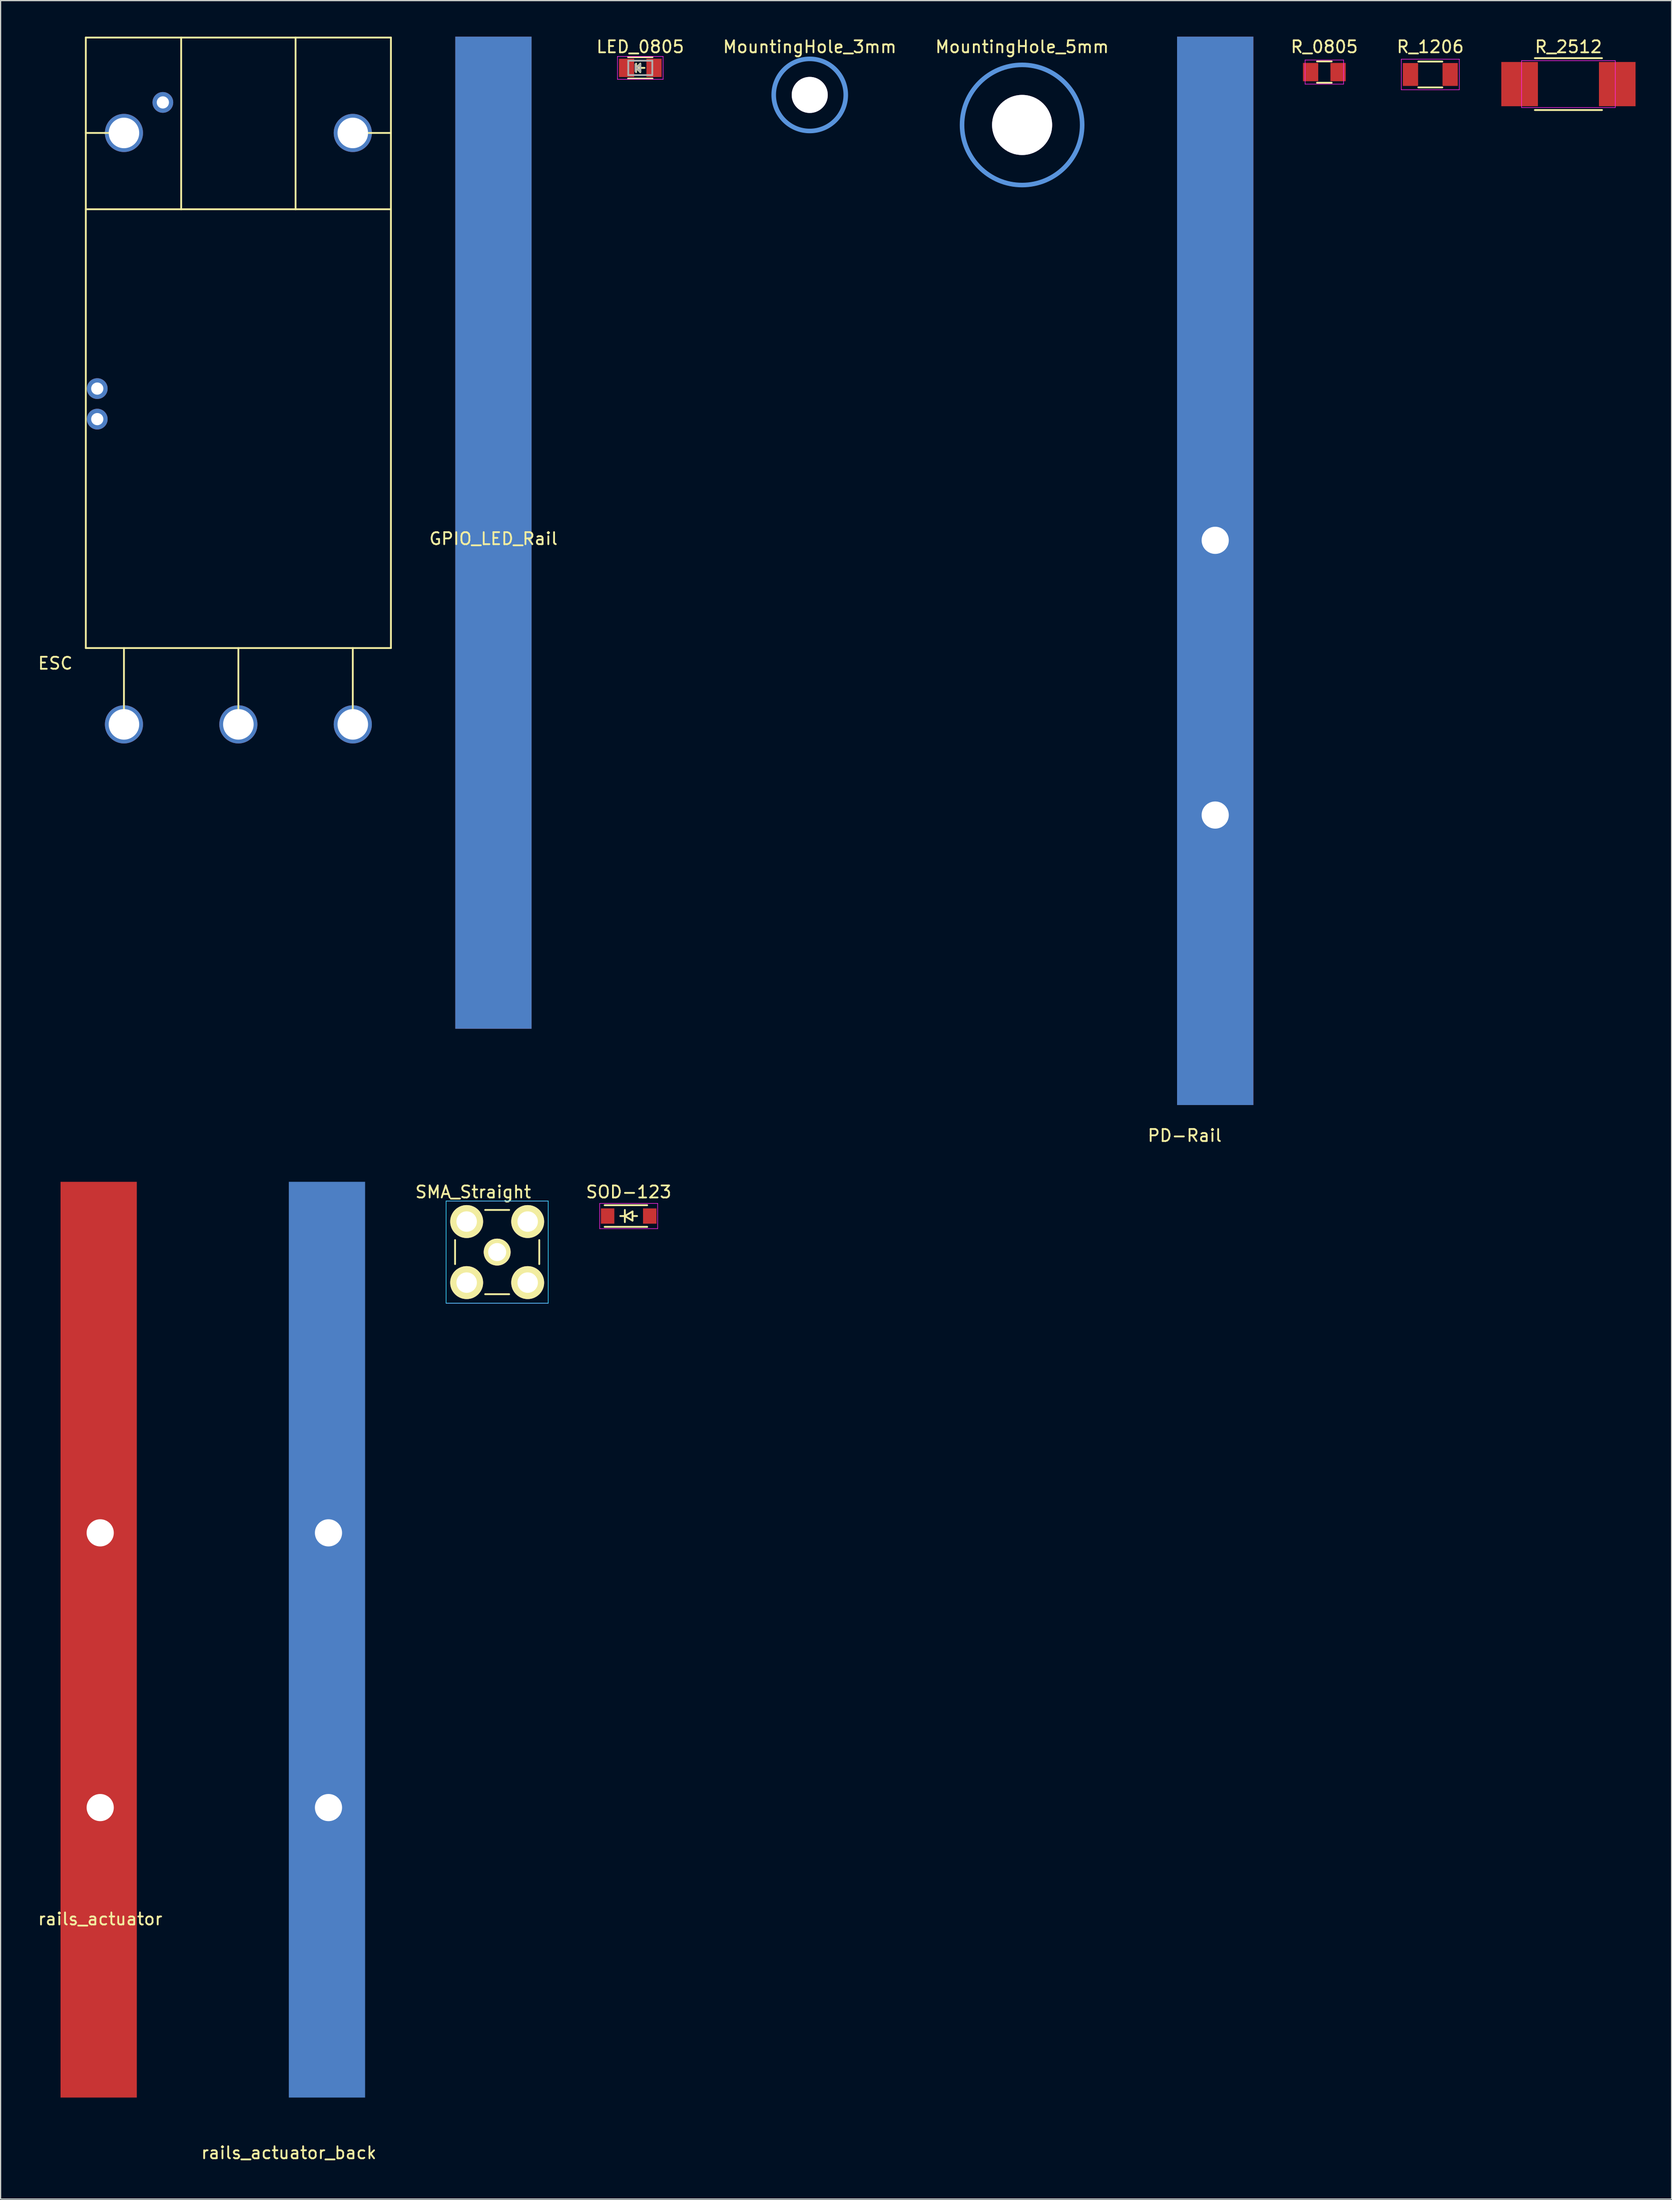
<source format=kicad_pcb>
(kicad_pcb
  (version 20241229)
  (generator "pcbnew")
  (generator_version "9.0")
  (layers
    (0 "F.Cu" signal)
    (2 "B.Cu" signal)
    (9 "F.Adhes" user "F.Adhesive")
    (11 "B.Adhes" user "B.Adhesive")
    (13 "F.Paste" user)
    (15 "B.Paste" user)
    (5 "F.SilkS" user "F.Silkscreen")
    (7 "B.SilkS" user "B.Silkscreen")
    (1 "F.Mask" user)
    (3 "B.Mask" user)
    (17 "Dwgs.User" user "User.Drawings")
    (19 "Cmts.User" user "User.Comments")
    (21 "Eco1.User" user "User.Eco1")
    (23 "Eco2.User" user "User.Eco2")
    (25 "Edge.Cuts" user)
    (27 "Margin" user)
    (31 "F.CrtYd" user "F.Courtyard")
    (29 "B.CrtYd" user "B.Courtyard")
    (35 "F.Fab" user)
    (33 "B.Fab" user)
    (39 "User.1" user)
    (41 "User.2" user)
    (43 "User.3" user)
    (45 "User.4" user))
  (footprint "ESC"
    (layer "F.Cu")
    (at 4.094 50.875)
    (property "Reference" "ESC" (at -2.54 1.27 0) (layer "F.SilkS") (effects (font (size 1 1) (thickness 0.15))))
    (attr through_hole)
    (fp_line (start 0 -50.8) (end 0 0) (stroke (width 0.15) (type solid)) (layer "F.SilkS"))
    (fp_line (start 0 -42.862) (end 1.587 -42.862) (stroke (width 0.15) (type solid)) (layer "F.SilkS"))
    (fp_line (start 0 -36.513) (end 25.4 -36.513) (stroke (width 0.15) (type solid)) (layer "F.SilkS"))
    (fp_line (start 0 0) (end 25.4 0) (stroke (width 0.15) (type solid)) (layer "F.SilkS"))
    (fp_line (start 1.587 -42.862) (end 3.175 -42.862) (stroke (width 0.15) (type solid)) (layer "F.SilkS"))
    (fp_line (start 3.175 6.35) (end 3.175 0) (stroke (width 0.15) (type solid)) (layer "F.SilkS"))
    (fp_line (start 7.938 -36.513) (end 7.938 -50.8) (stroke (width 0.15) (type solid)) (layer "F.SilkS"))
    (fp_line (start 12.7 6.35) (end 12.7 0) (stroke (width 0.15) (type solid)) (layer "F.SilkS"))
    (fp_line (start 17.462 -36.513) (end 17.462 -50.8) (stroke (width 0.15) (type solid)) (layer "F.SilkS"))
    (fp_line (start 22.225 6.35) (end 22.225 0) (stroke (width 0.15) (type solid)) (layer "F.SilkS"))
    (fp_line (start 23.812 -42.862) (end 22.225 -42.862) (stroke (width 0.15) (type solid)) (layer "F.SilkS"))
    (fp_line (start 25.4 -50.8) (end 0 -50.8) (stroke (width 0.15) (type solid)) (layer "F.SilkS"))
    (fp_line (start 25.4 -42.862) (end 23.812 -42.862) (stroke (width 0.15) (type solid)) (layer "F.SilkS"))
    (fp_line (start 25.4 0) (end 25.4 -50.8) (stroke (width 0.15) (type solid)) (layer "F.SilkS"))
    (pad "1" thru_hole circle (at 6.413 -45.403) (size 1.727 1.727) (drill 1.016) (layers "*.Cu" "*.Mask"))
    (pad "2" thru_hole circle (at 0.953 -19.05) (size 1.727 1.727) (drill 1.016) (layers "*.Cu" "*.Mask"))
    (pad "3" thru_hole circle (at 0.953 -21.59) (size 1.727 1.727) (drill 1.016) (layers "*.Cu" "*.Mask"))
    (pad "4" thru_hole circle (at 22.225 -42.862) (size 3.175 3.175) (drill 2.54) (layers "*.Cu" "*.Mask"))
    (pad "5" thru_hole circle (at 3.175 -42.862) (size 3.175 3.175) (drill 2.54) (layers "*.Cu" "*.Mask"))
    (pad "6" thru_hole circle (at 3.175 6.35) (size 3.175 3.175) (drill 2.54) (layers "*.Cu" "*.Mask"))
    (pad "7" thru_hole circle (at 22.225 6.35) (size 3.175 3.175) (drill 2.54) (layers "*.Cu" "*.Mask"))
    (pad "8" thru_hole circle (at 12.7 6.35) (size 3.175 3.175) (drill 2.54) (layers "*.Cu" "*.Mask")))
  (footprint "LED_0805"
    (layer "F.Cu")
    (at 50.253 2.598)
    (property "Reference" "LED_0805" (at 0 -1.75 0) (layer "F.SilkS") (effects (font (size 1 1) (thickness 0.15))))
    (attr smd)
    (fp_line (start -1.016 -0.889) (end 1.016 -0.889) (stroke (width 0.15) (type solid)) (layer "F.SilkS"))
    (fp_line (start -1.016 0.889) (end 1.016 0.889) (stroke (width 0.15) (type solid)) (layer "F.SilkS"))
    (fp_line (start -0.35 -0.35) (end -0.35 0.35) (stroke (width 0.15) (type solid)) (layer "F.SilkS"))
    (fp_line (start -0.35 0) (end 0 -0.35) (stroke (width 0.15) (type solid)) (layer "F.SilkS"))
    (fp_line (start -0.1 -0.1) (end -0.25 0.05) (stroke (width 0.15) (type solid)) (layer "F.SilkS"))
    (fp_line (start -0.1 0.15) (end -0.1 -0.1) (stroke (width 0.15) (type solid)) (layer "F.SilkS"))
    (fp_line (start 0 -0.35) (end 0 0.35) (stroke (width 0.15) (type solid)) (layer "F.SilkS"))
    (fp_line (start 0 0) (end 0.35 0) (stroke (width 0.15) (type solid)) (layer "F.SilkS"))
    (fp_line (start 0 0.35) (end -0.35 0) (stroke (width 0.15) (type solid)) (layer "F.SilkS"))
    (fp_line (start -1.9 -0.95) (end 1.9 -0.95) (stroke (width 0.05) (type solid)) (layer "F.CrtYd"))
    (fp_line (start -1.9 0.95) (end -1.9 -0.95) (stroke (width 0.05) (type solid)) (layer "F.CrtYd"))
    (fp_line (start 1.9 -0.95) (end 1.9 0.95) (stroke (width 0.05) (type solid)) (layer "F.CrtYd"))
    (fp_line (start 1.9 0.95) (end -1.9 0.95) (stroke (width 0.05) (type solid)) (layer "F.CrtYd"))
    (fp_line (start -1 -0.6) (end -1 0.6) (stroke (width 0.15) (type solid)) (layer "F.Fab"))
    (fp_line (start -1 0.6) (end 1 0.6) (stroke (width 0.15) (type solid)) (layer "F.Fab"))
    (fp_line (start -0.4 -0.3) (end -0.4 0.3) (stroke (width 0.15) (type solid)) (layer "F.Fab"))
    (fp_line (start -0.3 0) (end 0 -0.3) (stroke (width 0.15) (type solid)) (layer "F.Fab"))
    (fp_line (start 0 -0.3) (end 0 0.3) (stroke (width 0.15) (type solid)) (layer "F.Fab"))
    (fp_line (start 0 0.3) (end -0.3 0) (stroke (width 0.15) (type solid)) (layer "F.Fab"))
    (fp_line (start 1 -0.6) (end -1 -0.6) (stroke (width 0.15) (type solid)) (layer "F.Fab"))
    (fp_line (start 1 0.6) (end 1 -0.6) (stroke (width 0.15) (type solid)) (layer "F.Fab"))
    (pad "1" smd rect (at -1.143 0 180) (size 1.27 1.524) (layers "F.Cu" "F.Mask" "F.Paste"))
    (pad "2" smd rect (at 1.143 0 180) (size 1.27 1.524) (layers "F.Cu" "F.Mask" "F.Paste")))
  (footprint "GPIO_LED_Rail"
    (layer "F.Cu")
    (at 38.027 41.275)
    (property "Reference" "GPIO_LED_Rail" (at 0 0.5 0) (layer "F.SilkS") (effects (font (size 1 1) (thickness 0.15))))
    (attr through_hole)
    (pad "1" smd rect (at 0 0) (size 6.35 82.55) (layers "F.Cu" "F.Mask"))
    (pad "1" smd rect (at 0 0) (size 6.35 82.55) (layers "B.Cu" "B.Mask")))
  (footprint "SOD-123"
    (layer "F.Cu")
    (at 49.287 98.136)
    (property "Reference" "SOD-123" (at 0 -2 0) (layer "F.SilkS") (effects (font (size 1 1) (thickness 0.15))))
    (attr smd)
    (fp_line (start -2 -0.9) (end 1.54 -0.9) (stroke (width 0.15) (type solid)) (layer "F.SilkS"))
    (fp_line (start -2 0.9) (end 1.54 0.9) (stroke (width 0.15) (type solid)) (layer "F.SilkS"))
    (fp_line (start -0.699 0) (end -0.318 0) (stroke (width 0.15) (type solid)) (layer "F.SilkS"))
    (fp_line (start -0.318 -0.508) (end -0.318 0.508) (stroke (width 0.15) (type solid)) (layer "F.SilkS"))
    (fp_line (start -0.318 0) (end 0.318 -0.381) (stroke (width 0.15) (type solid)) (layer "F.SilkS"))
    (fp_line (start 0.318 -0.381) (end 0.318 0.381) (stroke (width 0.15) (type solid)) (layer "F.SilkS"))
    (fp_line (start 0.318 0) (end 0.699 0) (stroke (width 0.15) (type solid)) (layer "F.SilkS"))
    (fp_line (start 0.318 0.381) (end -0.318 0) (stroke (width 0.15) (type solid)) (layer "F.SilkS"))
    (fp_line (start -2.413 -1.05) (end -2.413 1.05) (stroke (width 0.05) (type solid)) (layer "F.CrtYd"))
    (fp_line (start -2.413 -1.05) (end 2.413 -1.05) (stroke (width 0.05) (type solid)) (layer "F.CrtYd"))
    (fp_line (start 2.413 -1.05) (end 2.413 1.05) (stroke (width 0.05) (type solid)) (layer "F.CrtYd"))
    (fp_line (start 2.413 1.05) (end -2.413 1.05) (stroke (width 0.05) (type solid)) (layer "F.CrtYd"))
    (pad "1" smd rect (at -1.753 0) (size 1.118 1.27) (layers "F.Cu" "F.Mask" "F.Paste"))
    (pad "2" smd rect (at 1.753 0) (size 1.118 1.27) (layers "F.Cu" "F.Mask" "F.Paste")))
  (footprint "R_0805"
    (layer "F.Cu")
    (at 107.2 2.948)
    (property "Reference" "R_0805" (at 0 -2.1 0) (layer "F.SilkS") (effects (font (size 1 1) (thickness 0.15))))
    (attr smd)
    (fp_line (start -0.61 -0.889) (end 0.61 -0.889) (stroke (width 0.15) (type solid)) (layer "F.SilkS"))
    (fp_line (start 0.61 0.889) (end -0.61 0.889) (stroke (width 0.15) (type solid)) (layer "F.SilkS"))
    (fp_line (start -1.6 -1) (end -1.6 1) (stroke (width 0.05) (type solid)) (layer "F.CrtYd"))
    (fp_line (start -1.6 -1) (end 1.6 -1) (stroke (width 0.05) (type solid)) (layer "F.CrtYd"))
    (fp_line (start -1.6 1) (end 1.6 1) (stroke (width 0.05) (type solid)) (layer "F.CrtYd"))
    (fp_line (start 1.6 -1) (end 1.6 1) (stroke (width 0.05) (type solid)) (layer "F.CrtYd"))
    (pad "1" smd rect (at -1.143 0) (size 1.27 1.524) (layers "F.Cu" "F.Mask" "F.Paste"))
    (pad "2" smd rect (at 1.143 0) (size 1.27 1.524) (layers "F.Cu" "F.Mask" "F.Paste")))
  (footprint "MountingHole_3mm"
    (layer "F.Cu")
    (at 64.36 4.849)
    (property "Reference" "MountingHole_3mm" (at 0 -4 0) (layer "F.SilkS") (effects (font (size 1 1) (thickness 0.15))))
    (attr through_hole)
    (fp_circle (center 0 0) (end 3 0) (stroke (width 0.381) (type solid)) (fill no) (layer "Cmts.User"))
    (pad "1" thru_hole circle (at 0 0) (size 3 3) (drill 3) (layers "F.Cu")))
  (footprint "R_1206"
    (layer "F.Cu")
    (at 116.022 3.148)
    (property "Reference" "R_1206" (at 0 -2.3 0) (layer "F.SilkS") (effects (font (size 1 1) (thickness 0.15))))
    (attr smd)
    (fp_line (start -1 -1.075) (end 1 -1.075) (stroke (width 0.15) (type solid)) (layer "F.SilkS"))
    (fp_line (start 1 1.075) (end -1 1.075) (stroke (width 0.15) (type solid)) (layer "F.SilkS"))
    (fp_line (start -2.413 -1.27) (end -2.413 1.27) (stroke (width 0.05) (type solid)) (layer "F.CrtYd"))
    (fp_line (start -2.413 -1.27) (end 2.413 -1.27) (stroke (width 0.05) (type solid)) (layer "F.CrtYd"))
    (fp_line (start -2.413 1.27) (end 2.413 1.27) (stroke (width 0.05) (type solid)) (layer "F.CrtYd"))
    (fp_line (start 2.413 -1.27) (end 2.413 1.27) (stroke (width 0.05) (type solid)) (layer "F.CrtYd"))
    (pad "1" smd rect (at -1.651 0) (size 1.27 1.905) (layers "F.Cu" "F.Mask" "F.Paste"))
    (pad "2" smd rect (at 1.651 0) (size 1.27 1.905) (layers "F.Cu" "F.Mask" "F.Paste")))
  (footprint "rails_actuator_back"
    (layer "F.Cu")
    (at 20.994 171.488)
    (property "Reference" "rails_actuator_back" (at 0 4.597 0) (layer "F.SilkS") (effects (font (size 1 1) (thickness 0.15))))
    (attr through_hole)
    (pad "" np_thru_hole circle (at 3.302 -46.99) (size 2.261 2.261) (drill 2.261) (layers "*.Cu" "*.Mask"))
    (pad "" np_thru_hole circle (at 3.302 -24.13) (size 2.261 2.261) (drill 2.261) (layers "*.Cu" "*.Mask"))
    (pad "1" smd rect (at 3.175 -38.1) (size 6.35 76.2) (layers "B.Cu" "B.Mask")))
  (footprint "PD-Rail"
    (layer "F.Cu")
    (at 98.115 88.9)
    (property "Reference" "PD-Rail" (at -2.54 2.54 0) (layer "F.SilkS") (effects (font (size 1 1) (thickness 0.15))))
    (attr through_hole)
    (pad "" np_thru_hole circle (at 0 -46.99) (size 2.261 2.261) (drill 2.261) (layers "*.Cu" "*.Mask"))
    (pad "" np_thru_hole circle (at 0 -24.13) (size 2.261 2.261) (drill 2.261) (layers "*.Cu" "*.Mask"))
    (pad "1" smd rect (at 0 -44.45) (size 6.35 88.9) (layers "B.Cu" "B.Mask"))
    (pad "2" smd rect (at 0 -44.45) (size 6.35 88.9) (layers "F.Cu" "F.Mask")))
  (footprint "SMA_Straight"
    (layer "F.Cu")
    (at 38.339 101.136)
    (property "Reference" "SMA_Straight" (at -2 -5 0) (layer "F.SilkS") (effects (font (size 1 1) (thickness 0.15))))
    (attr through_hole)
    (fp_line (start -3.505 1) (end -3.505 -1) (stroke (width 0.15) (type solid)) (layer "F.SilkS"))
    (fp_line (start -1 -3.505) (end 1 -3.505) (stroke (width 0.15) (type solid)) (layer "F.SilkS"))
    (fp_line (start 1 3.505) (end -1 3.505) (stroke (width 0.15) (type solid)) (layer "F.SilkS"))
    (fp_line (start 3.505 -1) (end 3.505 1) (stroke (width 0.15) (type solid)) (layer "F.SilkS"))
    (fp_line (start -4.25 -4.25) (end 4.25 -4.25) (stroke (width 0.05) (type solid)) (layer "B.CrtYd"))
    (fp_line (start -4.25 4.25) (end -4.25 -4.25) (stroke (width 0.05) (type solid)) (layer "B.CrtYd"))
    (fp_line (start 4.25 -4.25) (end 4.25 4.25) (stroke (width 0.05) (type solid)) (layer "B.CrtYd"))
    (fp_line (start 4.25 4.25) (end -4.25 4.25) (stroke (width 0.05) (type solid)) (layer "B.CrtYd"))
    (fp_line (start -4.25 -4.25) (end 4.25 -4.25) (stroke (width 0.05) (type solid)) (layer "F.CrtYd"))
    (fp_line (start -4.25 4.25) (end -4.25 -4.25) (stroke (width 0.05) (type solid)) (layer "F.CrtYd"))
    (fp_line (start 4.25 -4.25) (end 4.25 4.25) (stroke (width 0.05) (type solid)) (layer "F.CrtYd"))
    (fp_line (start 4.25 4.25) (end -4.25 4.25) (stroke (width 0.05) (type solid)) (layer "F.CrtYd"))
    (pad "1" thru_hole circle (at 0 0) (size 2.24 2.24) (drill 1.5) (layers "*.Cu" "*.Mask" "F.SilkS"))
    (pad "2" thru_hole circle (at -2.54 -2.54) (size 2.74 2.74) (drill 1.7) (layers "*.Cu" "*.Mask" "F.SilkS"))
    (pad "2" thru_hole circle (at -2.54 2.54) (size 2.74 2.74) (drill 1.7) (layers "*.Cu" "*.Mask" "F.SilkS"))
    (pad "2" thru_hole circle (at 2.54 -2.54) (size 2.74 2.74) (drill 1.7) (layers "*.Cu" "*.Mask" "F.SilkS"))
    (pad "2" thru_hole circle (at 2.54 2.54) (size 2.74 2.74) (drill 1.7) (layers "*.Cu" "*.Mask" "F.SilkS")))
  (footprint "rails_actuator"
    (layer "F.Cu")
    (at 1.99 171.488)
    (property "Reference" "rails_actuator" (at 3.302 -14.859 0) (layer "F.SilkS") (effects (font (size 1 1) (thickness 0.15))))
    (attr through_hole)
    (pad "" np_thru_hole circle (at 3.302 -46.99) (size 2.261 2.261) (drill 2.261) (layers "*.Cu" "*.Mask"))
    (pad "" np_thru_hole circle (at 3.302 -24.13) (size 2.261 2.261) (drill 2.261) (layers "*.Cu" "*.Mask"))
    (pad "1" smd rect (at 3.175 -38.1) (size 6.35 76.2) (layers "F.Cu" "F.Mask")))
  (footprint "MountingHole_5mm"
    (layer "F.Cu")
    (at 82.039 7.348)
    (property "Reference" "MountingHole_5mm" (at 0 -6.5 0) (layer "F.SilkS") (effects (font (size 1 1) (thickness 0.15))))
    (attr through_hole)
    (fp_circle (center 0 0) (end 5 0) (stroke (width 0.381) (type solid)) (fill no) (layer "Cmts.User"))
    (pad "1" thru_hole circle (at 0 0) (size 5 5) (drill 5) (layers "F.Cu")))
  (footprint "R_2512"
    (layer "F.Cu")
    (at 127.52 3.948)
    (property "Reference" "R_2512" (at 0 -3.1 0) (layer "F.SilkS") (effects (font (size 1 1) (thickness 0.15))))
    (attr smd)
    (fp_line (start -2.794 -2.159) (end 2.794 -2.159) (stroke (width 0.15) (type solid)) (layer "F.SilkS"))
    (fp_line (start 2.794 2.159) (end -2.794 2.159) (stroke (width 0.15) (type solid)) (layer "F.SilkS"))
    (fp_line (start -3.9 -1.95) (end -3.9 1.95) (stroke (width 0.05) (type solid)) (layer "F.CrtYd"))
    (fp_line (start -3.9 -1.95) (end 3.9 -1.95) (stroke (width 0.05) (type solid)) (layer "F.CrtYd"))
    (fp_line (start -3.9 1.95) (end 3.9 1.95) (stroke (width 0.05) (type solid)) (layer "F.CrtYd"))
    (fp_line (start 3.9 -1.95) (end 3.9 1.95) (stroke (width 0.05) (type solid)) (layer "F.CrtYd"))
    (pad "1" smd rect (at -4.064 0) (size 3.048 3.683) (layers "F.Cu" "F.Mask" "F.Paste"))
    (pad "2" smd rect (at 4.064 0) (size 3.048 3.683) (layers "F.Cu" "F.Mask" "F.Paste")))
  (gr_rect
    (start -3 -3)
    (end 136.108 179.934)
    (stroke (width 0.1) (type default))
    (fill no)
    (layer "Edge.Cuts")))
</source>
